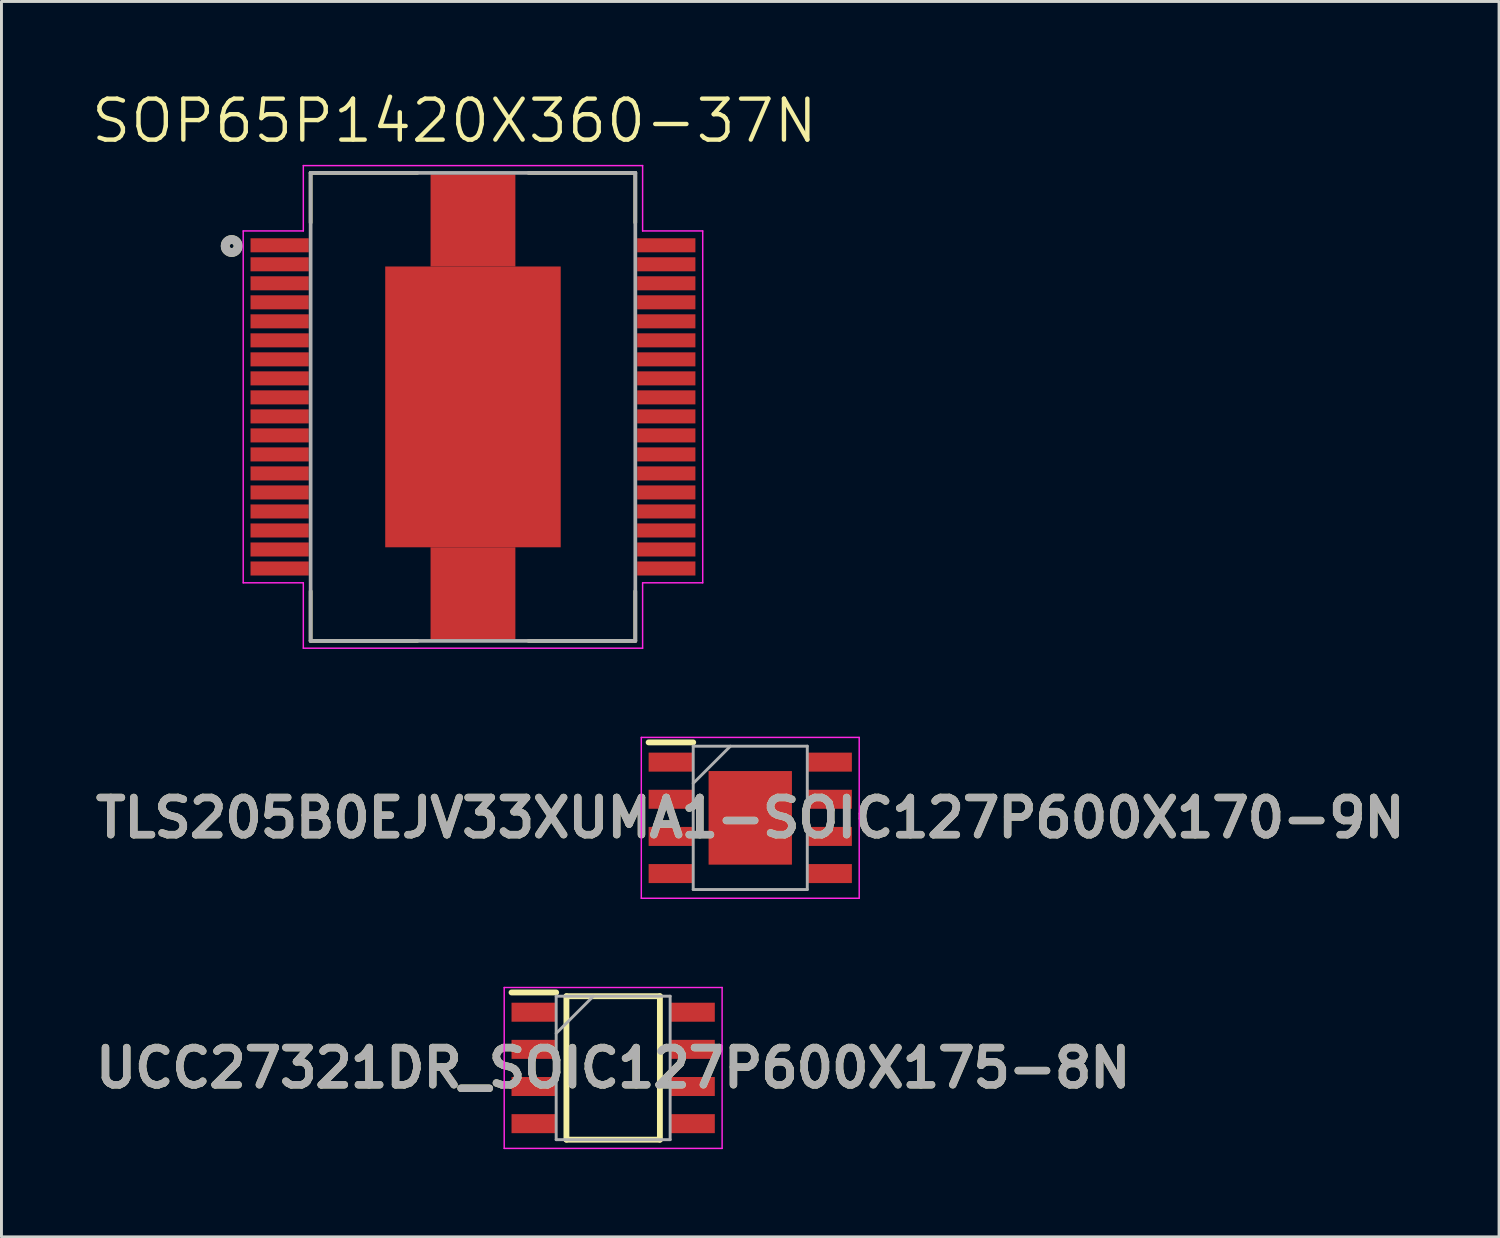
<source format=kicad_pcb>
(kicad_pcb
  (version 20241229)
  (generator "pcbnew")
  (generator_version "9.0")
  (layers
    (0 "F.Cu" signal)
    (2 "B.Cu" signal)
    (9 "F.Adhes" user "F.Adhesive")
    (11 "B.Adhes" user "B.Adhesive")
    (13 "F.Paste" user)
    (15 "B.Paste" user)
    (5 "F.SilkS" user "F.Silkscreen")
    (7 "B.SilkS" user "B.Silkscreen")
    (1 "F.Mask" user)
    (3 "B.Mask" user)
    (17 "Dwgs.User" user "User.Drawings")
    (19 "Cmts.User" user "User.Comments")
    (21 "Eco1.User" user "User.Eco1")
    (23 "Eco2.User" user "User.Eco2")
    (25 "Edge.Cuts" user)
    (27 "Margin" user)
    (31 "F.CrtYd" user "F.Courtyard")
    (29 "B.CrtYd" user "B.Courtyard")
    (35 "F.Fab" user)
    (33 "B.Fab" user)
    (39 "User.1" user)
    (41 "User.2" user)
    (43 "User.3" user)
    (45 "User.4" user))
  (footprint "TLS205B0EJV33XUMA1-SOIC127P600X170-9N"
    (layer "F.Cu")
    (at 22.6 24.911)
    (property "Reference" "TLS205B0EJV33XUMA1-SOIC127P600X170-9N" (at 0 0 0) (layer "F.SilkS") (effects (font (size 1.27 1.27) (thickness 0.254))))
    (attr smd)
    (fp_line (start -3.475 -2.58) (end -1.95 -2.58) (stroke (width 0.2) (type solid)) (layer "F.SilkS"))
    (fp_line (start -3.725 -2.75) (end 3.725 -2.75) (stroke (width 0.05) (type solid)) (layer "F.CrtYd"))
    (fp_line (start -3.725 2.75) (end -3.725 -2.75) (stroke (width 0.05) (type solid)) (layer "F.CrtYd"))
    (fp_line (start 3.725 -2.75) (end 3.725 2.75) (stroke (width 0.05) (type solid)) (layer "F.CrtYd"))
    (fp_line (start 3.725 2.75) (end -3.725 2.75) (stroke (width 0.05) (type solid)) (layer "F.CrtYd"))
    (fp_line (start -1.95 -2.45) (end 1.95 -2.45) (stroke (width 0.1) (type solid)) (layer "F.Fab"))
    (fp_line (start -1.95 -1.18) (end -0.68 -2.45) (stroke (width 0.1) (type solid)) (layer "F.Fab"))
    (fp_line (start -1.95 2.45) (end -1.95 -2.45) (stroke (width 0.1) (type solid)) (layer "F.Fab"))
    (fp_line (start 1.95 -2.45) (end 1.95 2.45) (stroke (width 0.1) (type solid)) (layer "F.Fab"))
    (fp_line (start 1.95 2.45) (end -1.95 2.45) (stroke (width 0.1) (type solid)) (layer "F.Fab"))
    (fp_text user "${REFERENCE}" (at 0 0 0) (layer "F.Fab") (effects (font (size 1.27 1.27) (thickness 0.254))))
    (pad "1" smd rect (at -2.712 -1.905 90) (size 0.65 1.525) (layers "F.Cu" "F.Mask" "F.Paste"))
    (pad "2" smd rect (at -2.712 -0.635 90) (size 0.65 1.525) (layers "F.Cu" "F.Mask" "F.Paste"))
    (pad "3" smd rect (at -2.712 0.635 90) (size 0.65 1.525) (layers "F.Cu" "F.Mask" "F.Paste"))
    (pad "4" smd rect (at -2.712 1.905 90) (size 0.65 1.525) (layers "F.Cu" "F.Mask" "F.Paste"))
    (pad "5" smd rect (at 2.712 1.905 90) (size 0.65 1.525) (layers "F.Cu" "F.Mask" "F.Paste"))
    (pad "6" smd rect (at 2.712 0.635 90) (size 0.65 1.525) (layers "F.Cu" "F.Mask" "F.Paste"))
    (pad "7" smd rect (at 2.712 -0.635 90) (size 0.65 1.525) (layers "F.Cu" "F.Mask" "F.Paste"))
    (pad "8" smd rect (at 2.712 -1.905 90) (size 0.65 1.525) (layers "F.Cu" "F.Mask" "F.Paste"))
    (pad "9" smd rect (at 0 0) (size 2.85 3.2) (layers "F.Cu" "F.Mask" "F.Paste")))
  (footprint "SOP65P1420X360-37N"
    (layer "F.Cu")
    (at 13.12 10.861)
    (property "Reference" "SOP65P1420X360-37N" (at -0.635 -9.779 0) (layer "F.SilkS") (effects (font (size 1.4 1.4) (thickness 0.15))))
    (attr through_hole)
    (fp_line (start -5.55 -8) (end -1.9 -8) (stroke (width 0.127) (type solid)) (layer "F.SilkS"))
    (fp_line (start -5.55 -6.3) (end -5.55 -8) (stroke (width 0.127) (type solid)) (layer "F.SilkS"))
    (fp_line (start -5.55 6.3) (end -5.55 8) (stroke (width 0.127) (type solid)) (layer "F.SilkS"))
    (fp_line (start -5.55 8) (end -1.9 8) (stroke (width 0.127) (type solid)) (layer "F.SilkS"))
    (fp_line (start 1.9 -8) (end 5.55 -8) (stroke (width 0.127) (type solid)) (layer "F.SilkS"))
    (fp_line (start 1.9 8) (end 5.55 8) (stroke (width 0.127) (type solid)) (layer "F.SilkS"))
    (fp_line (start 5.55 -8) (end 5.55 -6.3) (stroke (width 0.127) (type solid)) (layer "F.SilkS"))
    (fp_line (start 5.55 8) (end 5.55 6.3) (stroke (width 0.127) (type solid)) (layer "F.SilkS"))
    (fp_circle (center -8.25 -5.5) (end -8.179 -5.5) (stroke (width 0.3) (type solid)) (fill no) (layer "F.SilkS"))
    (fp_poly (pts (xy -2.645 -4.62) (xy -1.355 -4.62) (xy -1.355 -3.38) (xy -2.645 -3.38)) (stroke (width 0.01) (type solid)) (fill yes) (layer "F.Paste"))
    (fp_poly (pts (xy -2.645 -3.02) (xy -1.355 -3.02) (xy -1.355 -1.78) (xy -2.645 -1.78)) (stroke (width 0.01) (type solid)) (fill yes) (layer "F.Paste"))
    (fp_poly (pts (xy -2.645 -1.42) (xy -1.355 -1.42) (xy -1.355 -0.18) (xy -2.645 -0.18)) (stroke (width 0.01) (type solid)) (fill yes) (layer "F.Paste"))
    (fp_poly (pts (xy -2.645 0.18) (xy -1.355 0.18) (xy -1.355 1.42) (xy -2.645 1.42)) (stroke (width 0.01) (type solid)) (fill yes) (layer "F.Paste"))
    (fp_poly (pts (xy -2.645 1.78) (xy -1.355 1.78) (xy -1.355 3.02) (xy -2.645 3.02)) (stroke (width 0.01) (type solid)) (fill yes) (layer "F.Paste"))
    (fp_poly (pts (xy -2.645 3.38) (xy -1.355 3.38) (xy -1.355 4.62) (xy -2.645 4.62)) (stroke (width 0.01) (type solid)) (fill yes) (layer "F.Paste"))
    (fp_poly (pts (xy -0.917 -7.375) (xy 0.917 -7.375) (xy 0.917 -5.375) (xy -0.917 -5.375)) (stroke (width 0.01) (type solid)) (fill yes) (layer "F.Paste"))
    (fp_poly (pts (xy -0.917 5.375) (xy 0.917 5.375) (xy 0.917 7.375) (xy -0.917 7.375)) (stroke (width 0.01) (type solid)) (fill yes) (layer "F.Paste"))
    (fp_poly (pts (xy -0.645 -4.62) (xy 0.645 -4.62) (xy 0.645 -3.38) (xy -0.645 -3.38)) (stroke (width 0.01) (type solid)) (fill yes) (layer "F.Paste"))
    (fp_poly (pts (xy -0.645 -3.02) (xy 0.645 -3.02) (xy 0.645 -1.78) (xy -0.645 -1.78)) (stroke (width 0.01) (type solid)) (fill yes) (layer "F.Paste"))
    (fp_poly (pts (xy -0.645 -1.42) (xy 0.645 -1.42) (xy 0.645 -0.18) (xy -0.645 -0.18)) (stroke (width 0.01) (type solid)) (fill yes) (layer "F.Paste"))
    (fp_poly (pts (xy -0.645 0.18) (xy 0.645 0.18) (xy 0.645 1.42) (xy -0.645 1.42)) (stroke (width 0.01) (type solid)) (fill yes) (layer "F.Paste"))
    (fp_poly (pts (xy -0.645 1.78) (xy 0.645 1.78) (xy 0.645 3.02) (xy -0.645 3.02)) (stroke (width 0.01) (type solid)) (fill yes) (layer "F.Paste"))
    (fp_poly (pts (xy -0.645 3.38) (xy 0.645 3.38) (xy 0.645 4.62) (xy -0.645 4.62)) (stroke (width 0.01) (type solid)) (fill yes) (layer "F.Paste"))
    (fp_poly (pts (xy 1.355 -4.62) (xy 2.645 -4.62) (xy 2.645 -3.38) (xy 1.355 -3.38)) (stroke (width 0.01) (type solid)) (fill yes) (layer "F.Paste"))
    (fp_poly (pts (xy 1.355 -3.02) (xy 2.645 -3.02) (xy 2.645 -1.78) (xy 1.355 -1.78)) (stroke (width 0.01) (type solid)) (fill yes) (layer "F.Paste"))
    (fp_poly (pts (xy 1.355 -1.42) (xy 2.645 -1.42) (xy 2.645 -0.18) (xy 1.355 -0.18)) (stroke (width 0.01) (type solid)) (fill yes) (layer "F.Paste"))
    (fp_poly (pts (xy 1.355 0.18) (xy 2.645 0.18) (xy 2.645 1.42) (xy 1.355 1.42)) (stroke (width 0.01) (type solid)) (fill yes) (layer "F.Paste"))
    (fp_poly (pts (xy 1.355 1.78) (xy 2.645 1.78) (xy 2.645 3.02) (xy 1.355 3.02)) (stroke (width 0.01) (type solid)) (fill yes) (layer "F.Paste"))
    (fp_poly (pts (xy 1.355 3.38) (xy 2.645 3.38) (xy 2.645 4.62) (xy 1.355 4.62)) (stroke (width 0.01) (type solid)) (fill yes) (layer "F.Paste"))
    (fp_line (start -7.855 -6.015) (end -5.8 -6.015) (stroke (width 0.05) (type solid)) (layer "F.CrtYd"))
    (fp_line (start -7.855 6.015) (end -7.855 -6.015) (stroke (width 0.05) (type solid)) (layer "F.CrtYd"))
    (fp_line (start -5.8 -8.25) (end 5.8 -8.25) (stroke (width 0.05) (type solid)) (layer "F.CrtYd"))
    (fp_line (start -5.8 -6.015) (end -5.8 -8.25) (stroke (width 0.05) (type solid)) (layer "F.CrtYd"))
    (fp_line (start -5.8 6.015) (end -7.855 6.015) (stroke (width 0.05) (type solid)) (layer "F.CrtYd"))
    (fp_line (start -5.8 8.25) (end -5.8 6.015) (stroke (width 0.05) (type solid)) (layer "F.CrtYd"))
    (fp_line (start 5.8 -8.25) (end 5.8 -6.015) (stroke (width 0.05) (type solid)) (layer "F.CrtYd"))
    (fp_line (start 5.8 -6.015) (end 7.855 -6.015) (stroke (width 0.05) (type solid)) (layer "F.CrtYd"))
    (fp_line (start 5.8 6.015) (end 5.8 8.25) (stroke (width 0.05) (type solid)) (layer "F.CrtYd"))
    (fp_line (start 5.8 8.25) (end -5.8 8.25) (stroke (width 0.05) (type solid)) (layer "F.CrtYd"))
    (fp_line (start 7.855 -6.015) (end 7.855 6.015) (stroke (width 0.05) (type solid)) (layer "F.CrtYd"))
    (fp_line (start 7.855 6.015) (end 5.8 6.015) (stroke (width 0.05) (type solid)) (layer "F.CrtYd"))
    (fp_line (start -5.55 -8) (end 5.55 -8) (stroke (width 0.127) (type solid)) (layer "F.Fab"))
    (fp_line (start -5.55 8) (end -5.55 -8) (stroke (width 0.127) (type solid)) (layer "F.Fab"))
    (fp_line (start 5.55 -8) (end 5.55 8) (stroke (width 0.127) (type solid)) (layer "F.Fab"))
    (fp_line (start 5.55 8) (end -5.55 8) (stroke (width 0.127) (type solid)) (layer "F.Fab"))
    (fp_circle (center -8.25 -5.5) (end -8.179 -5.5) (stroke (width 0.3) (type solid)) (fill no) (layer "F.Fab"))
    (pad "1" smd rect (at -6.61 -5.525) (size 1.99 0.48) (layers "F.Cu" "F.Mask" "F.Paste"))
    (pad "2" smd rect (at -6.61 -4.875) (size 1.99 0.48) (layers "F.Cu" "F.Mask" "F.Paste"))
    (pad "3" smd rect (at -6.61 -4.225) (size 1.99 0.48) (layers "F.Cu" "F.Mask" "F.Paste"))
    (pad "4" smd rect (at -6.61 -3.575) (size 1.99 0.48) (layers "F.Cu" "F.Mask" "F.Paste"))
    (pad "5" smd rect (at -6.61 -2.925) (size 1.99 0.48) (layers "F.Cu" "F.Mask" "F.Paste"))
    (pad "6" smd rect (at -6.61 -2.275) (size 1.99 0.48) (layers "F.Cu" "F.Mask" "F.Paste"))
    (pad "7" smd rect (at -6.61 -1.625) (size 1.99 0.48) (layers "F.Cu" "F.Mask" "F.Paste"))
    (pad "8" smd rect (at -6.61 -0.975) (size 1.99 0.48) (layers "F.Cu" "F.Mask" "F.Paste"))
    (pad "9" smd rect (at -6.61 -0.325) (size 1.99 0.48) (layers "F.Cu" "F.Mask" "F.Paste"))
    (pad "10" smd rect (at -6.61 0.325) (size 1.99 0.48) (layers "F.Cu" "F.Mask" "F.Paste"))
    (pad "11" smd rect (at -6.61 0.975) (size 1.99 0.48) (layers "F.Cu" "F.Mask" "F.Paste"))
    (pad "12" smd rect (at -6.61 1.625) (size 1.99 0.48) (layers "F.Cu" "F.Mask" "F.Paste"))
    (pad "13" smd rect (at -6.61 2.275) (size 1.99 0.48) (layers "F.Cu" "F.Mask" "F.Paste"))
    (pad "14" smd rect (at -6.61 2.925) (size 1.99 0.48) (layers "F.Cu" "F.Mask" "F.Paste"))
    (pad "15" smd rect (at -6.61 3.575) (size 1.99 0.48) (layers "F.Cu" "F.Mask" "F.Paste"))
    (pad "16" smd rect (at -6.61 4.225) (size 1.99 0.48) (layers "F.Cu" "F.Mask" "F.Paste"))
    (pad "17" smd rect (at -6.61 4.875) (size 1.99 0.48) (layers "F.Cu" "F.Mask" "F.Paste"))
    (pad "18" smd rect (at -6.61 5.525) (size 1.99 0.48) (layers "F.Cu" "F.Mask" "F.Paste"))
    (pad "19" smd rect (at 6.61 5.525) (size 1.99 0.48) (layers "F.Cu" "F.Mask" "F.Paste"))
    (pad "20" smd rect (at 6.61 4.875) (size 1.99 0.48) (layers "F.Cu" "F.Mask" "F.Paste"))
    (pad "21" smd rect (at 6.61 4.225) (size 1.99 0.48) (layers "F.Cu" "F.Mask" "F.Paste"))
    (pad "22" smd rect (at 6.61 3.575) (size 1.99 0.48) (layers "F.Cu" "F.Mask" "F.Paste"))
    (pad "23" smd rect (at 6.61 2.925) (size 1.99 0.48) (layers "F.Cu" "F.Mask" "F.Paste"))
    (pad "24" smd rect (at 6.61 2.275) (size 1.99 0.48) (layers "F.Cu" "F.Mask" "F.Paste"))
    (pad "25" smd rect (at 6.61 1.625) (size 1.99 0.48) (layers "F.Cu" "F.Mask" "F.Paste"))
    (pad "26" smd rect (at 6.61 0.975) (size 1.99 0.48) (layers "F.Cu" "F.Mask" "F.Paste"))
    (pad "27" smd rect (at 6.61 0.325) (size 1.99 0.48) (layers "F.Cu" "F.Mask" "F.Paste"))
    (pad "28" smd rect (at 6.61 -0.325) (size 1.99 0.48) (layers "F.Cu" "F.Mask" "F.Paste"))
    (pad "29" smd rect (at 6.61 -0.975) (size 1.99 0.48) (layers "F.Cu" "F.Mask" "F.Paste"))
    (pad "30" smd rect (at 6.61 -1.625) (size 1.99 0.48) (layers "F.Cu" "F.Mask" "F.Paste"))
    (pad "31" smd rect (at 6.61 -2.275) (size 1.99 0.48) (layers "F.Cu" "F.Mask" "F.Paste"))
    (pad "32" smd rect (at 6.61 -2.925) (size 1.99 0.48) (layers "F.Cu" "F.Mask" "F.Paste"))
    (pad "33" smd rect (at 6.61 -3.575) (size 1.99 0.48) (layers "F.Cu" "F.Mask" "F.Paste"))
    (pad "34" smd rect (at 6.61 -4.225) (size 1.99 0.48) (layers "F.Cu" "F.Mask" "F.Paste"))
    (pad "35" smd rect (at 6.61 -4.875) (size 1.99 0.48) (layers "F.Cu" "F.Mask" "F.Paste"))
    (pad "36" smd rect (at 6.61 -5.525) (size 1.99 0.48) (layers "F.Cu" "F.Mask" "F.Paste"))
    (pad "37" smd rect (at 0 0 90) (size 9.6 6) (layers "F.Cu" "F.Mask"))
    (pad "37_1" smd rect (at 0 -6.375 90) (size 3.15 2.9) (layers "F.Cu" "F.Mask"))
    (pad "37_2" smd rect (at 0 6.375 90) (size 3.15 2.9) (layers "F.Cu" "F.Mask")))
  (footprint "UCC27321DR_SOIC127P600X175-8N"
    (layer "F.Cu")
    (at 17.913 33.461)
    (property "Reference" "UCC27321DR_SOIC127P600X175-8N" (at 0 0 0) (layer "F.SilkS") (effects (font (size 1.27 1.27) (thickness 0.254))))
    (attr smd)
    (fp_line (start -3.475 -2.58) (end -1.948 -2.58) (stroke (width 0.2) (type solid)) (layer "F.SilkS"))
    (fp_line (start -1.598 -2.452) (end 1.598 -2.452) (stroke (width 0.2) (type solid)) (layer "F.SilkS"))
    (fp_line (start -1.598 2.452) (end -1.598 -2.452) (stroke (width 0.2) (type solid)) (layer "F.SilkS"))
    (fp_line (start 1.598 -2.452) (end 1.598 2.452) (stroke (width 0.2) (type solid)) (layer "F.SilkS"))
    (fp_line (start 1.598 2.452) (end -1.598 2.452) (stroke (width 0.2) (type solid)) (layer "F.SilkS"))
    (fp_line (start -3.725 -2.75) (end 3.725 -2.75) (stroke (width 0.05) (type solid)) (layer "F.CrtYd"))
    (fp_line (start -3.725 2.75) (end -3.725 -2.75) (stroke (width 0.05) (type solid)) (layer "F.CrtYd"))
    (fp_line (start 3.725 -2.75) (end 3.725 2.75) (stroke (width 0.05) (type solid)) (layer "F.CrtYd"))
    (fp_line (start 3.725 2.75) (end -3.725 2.75) (stroke (width 0.05) (type solid)) (layer "F.CrtYd"))
    (fp_line (start -1.948 -2.452) (end 1.948 -2.452) (stroke (width 0.1) (type solid)) (layer "F.Fab"))
    (fp_line (start -1.948 -1.182) (end -0.678 -2.452) (stroke (width 0.1) (type solid)) (layer "F.Fab"))
    (fp_line (start -1.948 2.452) (end -1.948 -2.452) (stroke (width 0.1) (type solid)) (layer "F.Fab"))
    (fp_line (start 1.948 -2.452) (end 1.948 2.452) (stroke (width 0.1) (type solid)) (layer "F.Fab"))
    (fp_line (start 1.948 2.452) (end -1.948 2.452) (stroke (width 0.1) (type solid)) (layer "F.Fab"))
    (fp_text user "${REFERENCE}" (at 0 0 0) (layer "F.Fab") (effects (font (size 1.27 1.27) (thickness 0.254))))
    (pad "1" smd rect (at -2.711 -1.905 90) (size 0.65 1.528) (layers "F.Cu" "F.Mask" "F.Paste"))
    (pad "2" smd rect (at -2.711 -0.635 90) (size 0.65 1.528) (layers "F.Cu" "F.Mask" "F.Paste"))
    (pad "3" smd rect (at -2.711 0.635 90) (size 0.65 1.528) (layers "F.Cu" "F.Mask" "F.Paste"))
    (pad "4" smd rect (at -2.711 1.905 90) (size 0.65 1.528) (layers "F.Cu" "F.Mask" "F.Paste"))
    (pad "5" smd rect (at 2.711 1.905 90) (size 0.65 1.528) (layers "F.Cu" "F.Mask" "F.Paste"))
    (pad "6" smd rect (at 2.711 0.635 90) (size 0.65 1.528) (layers "F.Cu" "F.Mask" "F.Paste"))
    (pad "7" smd rect (at 2.711 -0.635 90) (size 0.65 1.528) (layers "F.Cu" "F.Mask" "F.Paste"))
    (pad "8" smd rect (at 2.711 -1.905 90) (size 0.65 1.528) (layers "F.Cu" "F.Mask" "F.Paste")))
  (gr_rect
    (start -3 -3)
    (end 48.2 39.236)
    (stroke (width 0.1) (type default))
    (fill no)
    (layer "Edge.Cuts")))
</source>
